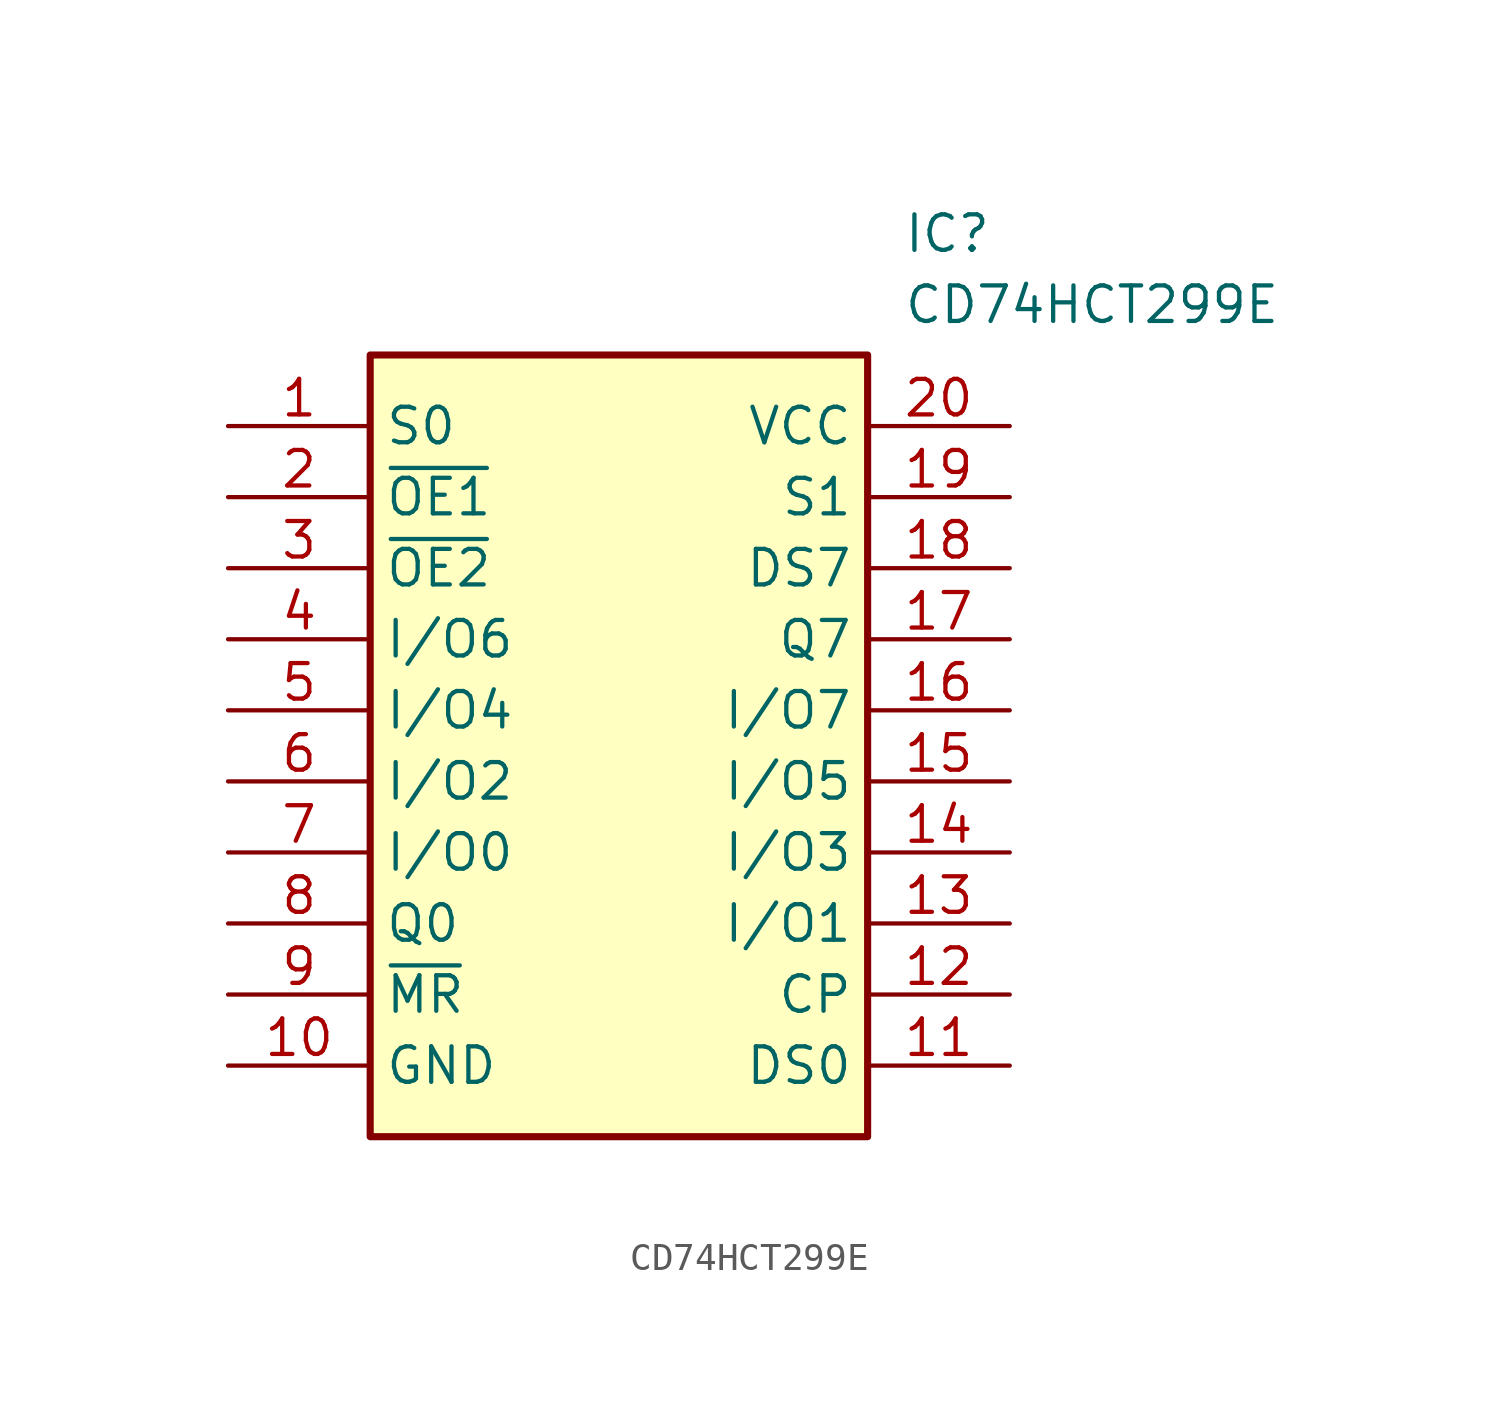
<source format=kicad_sym>
(kicad_symbol_lib
  (version 20220914)
  (generator kicad_symbol_editor)
  (symbol "CD74HCT299E"
    (property "Reference" "IC"
      (at 24.13 7.62 0)
      (effects (font (size 1.27 1.27)) (justify left top)))
    (property "Value" "CD74HCT299E"
      (at 24.13 5.08 0)
      (effects (font (size 1.27 1.27)) (justify left top)))
    (symbol "CD74HCT299E_1_1"
      (rectangle (start 5.08 2.54) (end 22.86 -25.4) (stroke (width 0.254) (type default)) (fill (type background)))
      (pin passive line (at 0 0 0) (length 5.08) (name "S0" (effects (font (size 1.27 1.27)))) (number "1" (effects (font (size 1.27 1.27)))))
      (pin power_in line (at 0 -22.86 0) (length 5.08) (name "GND" (effects (font (size 1.27 1.27)))) (number "10" (effects (font (size 1.27 1.27)))))
      (pin passive line (at 27.94 -22.86 180) (length 5.08) (name "DS0" (effects (font (size 1.27 1.27)))) (number "11" (effects (font (size 1.27 1.27)))))
      (pin passive line (at 27.94 -20.32 180) (length 5.08) (name "CP" (effects (font (size 1.27 1.27)))) (number "12" (effects (font (size 1.27 1.27)))))
      (pin passive line (at 27.94 -17.78 180) (length 5.08) (name "I/O1" (effects (font (size 1.27 1.27)))) (number "13" (effects (font (size 1.27 1.27)))))
      (pin tri_state line (at 27.94 -15.24 180) (length 5.08) (name "I/O3" (effects (font (size 1.27 1.27)))) (number "14" (effects (font (size 1.27 1.27)))))
      (pin tri_state line (at 27.94 -12.7 180) (length 5.08) (name "I/O5" (effects (font (size 1.27 1.27)))) (number "15" (effects (font (size 1.27 1.27)))))
      (pin tri_state line (at 27.94 -10.16 180) (length 5.08) (name "I/O7" (effects (font (size 1.27 1.27)))) (number "16" (effects (font (size 1.27 1.27)))))
      (pin passive line (at 27.94 -7.62 180) (length 5.08) (name "Q7" (effects (font (size 1.27 1.27)))) (number "17" (effects (font (size 1.27 1.27)))))
      (pin passive line (at 27.94 -5.08 180) (length 5.08) (name "DS7" (effects (font (size 1.27 1.27)))) (number "18" (effects (font (size 1.27 1.27)))))
      (pin passive line (at 27.94 -2.54 180) (length 5.08) (name "S1" (effects (font (size 1.27 1.27)))) (number "19" (effects (font (size 1.27 1.27)))))
      (pin passive line (at 0 -2.54 0) (length 5.08) (name "~{OE1}" (effects (font (size 1.27 1.27)))) (number "2" (effects (font (size 1.27 1.27)))))
      (pin power_in line (at 27.94 0 180) (length 5.08) (name "VCC" (effects (font (size 1.27 1.27)))) (number "20" (effects (font (size 1.27 1.27)))))
      (pin passive line (at 0 -5.08 0) (length 5.08) (name "~{OE2}" (effects (font (size 1.27 1.27)))) (number "3" (effects (font (size 1.27 1.27)))))
      (pin tri_state line (at 0 -7.62 0) (length 5.08) (name "I/O6" (effects (font (size 1.27 1.27)))) (number "4" (effects (font (size 1.27 1.27)))))
      (pin tri_state line (at 0 -10.16 0) (length 5.08) (name "I/O4" (effects (font (size 1.27 1.27)))) (number "5" (effects (font (size 1.27 1.27)))))
      (pin tri_state line (at 0 -12.7 0) (length 5.08) (name "I/O2" (effects (font (size 1.27 1.27)))) (number "6" (effects (font (size 1.27 1.27)))))
      (pin tri_state line (at 0 -15.24 0) (length 5.08) (name "I/O0" (effects (font (size 1.27 1.27)))) (number "7" (effects (font (size 1.27 1.27)))))
      (pin passive line (at 0 -17.78 0) (length 5.08) (name "Q0" (effects (font (size 1.27 1.27)))) (number "8" (effects (font (size 1.27 1.27)))))
      (pin passive line (at 0 -20.32 0) (length 5.08) (name "~{MR}" (effects (font (size 1.27 1.27)))) (number "9" (effects (font (size 1.27 1.27))))))))
</source>
